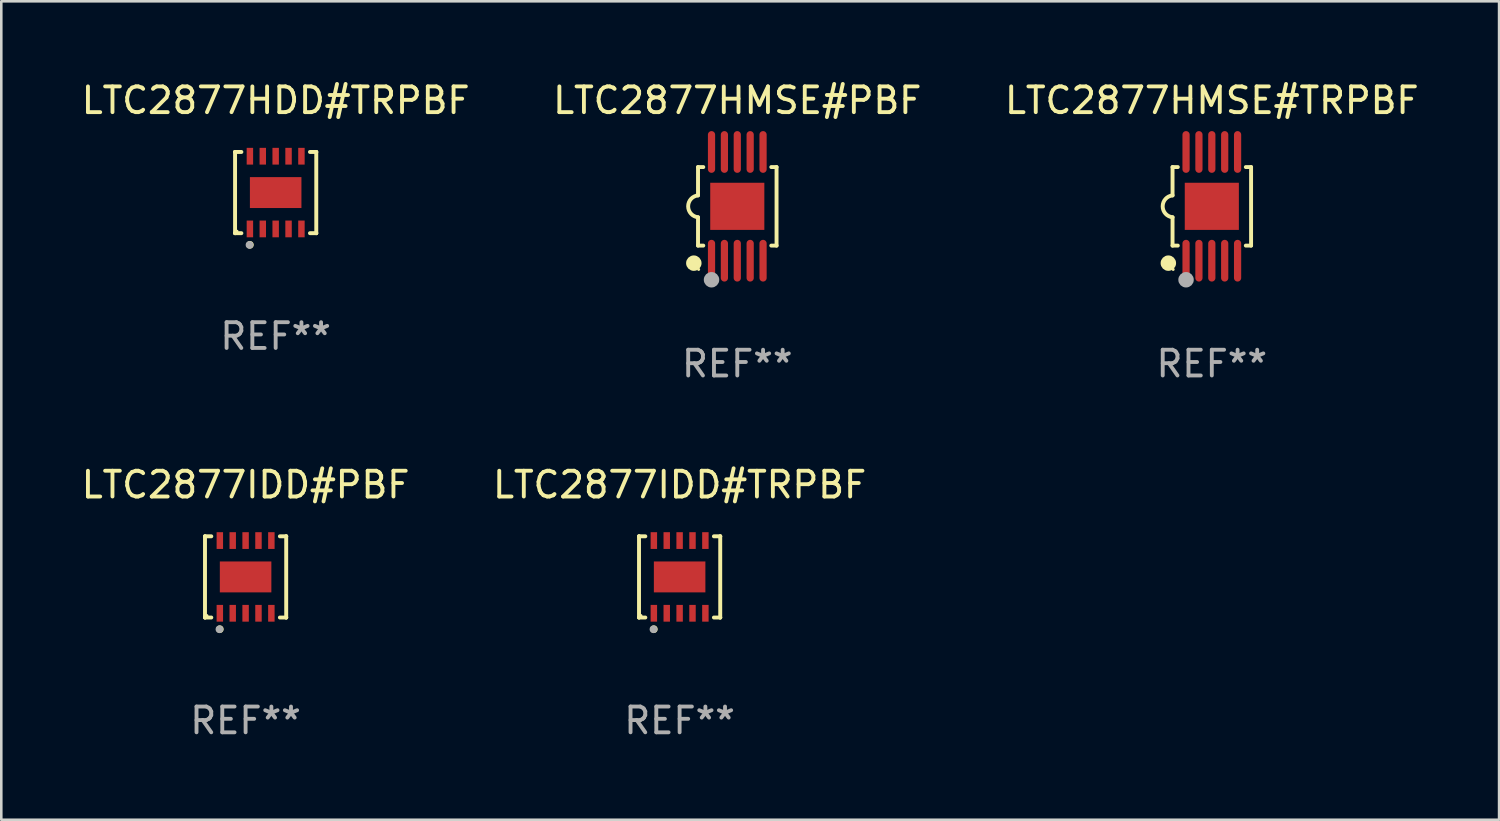
<source format=kicad_pcb>
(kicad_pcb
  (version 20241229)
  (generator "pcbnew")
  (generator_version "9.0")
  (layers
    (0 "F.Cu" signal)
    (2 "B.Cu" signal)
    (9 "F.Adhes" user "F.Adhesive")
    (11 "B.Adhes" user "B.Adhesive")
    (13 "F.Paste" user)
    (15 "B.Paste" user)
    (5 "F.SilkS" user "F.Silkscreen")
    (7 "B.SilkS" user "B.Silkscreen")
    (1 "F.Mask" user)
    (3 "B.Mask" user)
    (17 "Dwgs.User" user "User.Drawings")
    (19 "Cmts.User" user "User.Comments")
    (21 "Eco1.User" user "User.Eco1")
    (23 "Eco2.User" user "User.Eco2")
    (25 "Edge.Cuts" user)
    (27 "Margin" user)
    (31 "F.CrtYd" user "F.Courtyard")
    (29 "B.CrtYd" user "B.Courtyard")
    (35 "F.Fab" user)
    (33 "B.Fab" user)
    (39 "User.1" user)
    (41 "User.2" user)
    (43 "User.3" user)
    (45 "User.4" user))
  (footprint "LTC2877HMSE#TRPBF"
    (layer "F.Cu")
    (at 43.982 4.958)
    (property "Reference" "LTC2877HMSE#TRPBF" (at 0 -4.11 0) (layer "F.SilkS") (effects (font (size 1 1) (thickness 0.15))))
    (attr through_hole)
    (fp_line (start -1.524 -1.524) (end -1.524 -0.424) (stroke (width 0.152) (type solid)) (layer "F.SilkS"))
    (fp_line (start -1.524 1.524) (end -1.524 0.424) (stroke (width 0.152) (type solid)) (layer "F.SilkS"))
    (fp_line (start -1.524 1.524) (end -1.32 1.524) (stroke (width 0.152) (type solid)) (layer "F.SilkS"))
    (fp_line (start -1.32 -1.524) (end -1.524 -1.524) (stroke (width 0.152) (type solid)) (layer "F.SilkS"))
    (fp_line (start 1.32 1.524) (end 1.524 1.524) (stroke (width 0.152) (type solid)) (layer "F.SilkS"))
    (fp_line (start 1.524 -1.524) (end 1.32 -1.524) (stroke (width 0.152) (type solid)) (layer "F.SilkS"))
    (fp_line (start 1.524 1.524) (end 1.524 -1.524) (stroke (width 0.152) (type solid)) (layer "F.SilkS"))
    (fp_arc (start -1.524003 0.424003) (mid -1.906663 -0.000089) (end -1.524004 -0.424181) (stroke (width 0.151994) (type solid)) (layer "F.SilkS"))
    (fp_circle (center -1.687 2.205) (end -1.537 2.205) (stroke (width 0.3) (type solid)) (fill no) (layer "F.SilkS"))
    (fp_circle (center -1.5 2.45) (end -1.47 2.45) (stroke (width 0.06) (type solid)) (fill no) (layer "F.SilkS"))
    (fp_circle (center -1 2.85) (end -0.85 2.85) (stroke (width 0.3) (type solid)) (fill no) (layer "F.Fab"))
    (fp_text user "REF**" (at 0 6.11 0) (layer "F.Fab") (effects (font (size 1 1) (thickness 0.15))))
    (pad "1" smd oval (at -1 2.11) (size 0.28 1.62) (layers "F.Cu" "F.Mask" "F.Paste"))
    (pad "2" smd oval (at -0.5 2.11) (size 0.28 1.62) (layers "F.Cu" "F.Mask" "F.Paste"))
    (pad "3" smd oval (at 0 2.11) (size 0.28 1.62) (layers "F.Cu" "F.Mask" "F.Paste"))
    (pad "4" smd oval (at 0.5 2.11) (size 0.28 1.62) (layers "F.Cu" "F.Mask" "F.Paste"))
    (pad "5" smd oval (at 1 2.11) (size 0.28 1.62) (layers "F.Cu" "F.Mask" "F.Paste"))
    (pad "6" smd oval (at 1 -2.11) (size 0.28 1.62) (layers "F.Cu" "F.Mask" "F.Paste"))
    (pad "7" smd oval (at 0.5 -2.11) (size 0.28 1.62) (layers "F.Cu" "F.Mask" "F.Paste"))
    (pad "8" smd oval (at 0 -2.11) (size 0.28 1.62) (layers "F.Cu" "F.Mask" "F.Paste"))
    (pad "9" smd oval (at -0.5 -2.11) (size 0.28 1.62) (layers "F.Cu" "F.Mask" "F.Paste"))
    (pad "10" smd oval (at -1 -2.11) (size 0.28 1.62) (layers "F.Cu" "F.Mask" "F.Paste"))
    (pad "11" smd rect (at 0 0) (size 2.1 1.83) (layers "F.Cu" "F.Mask" "F.Paste")))
  (footprint "LTC2877IDD#PBF"
    (layer "F.Cu")
    (at 6.482 19.341)
    (property "Reference" "LTC2877IDD#PBF" (at 0 -3.576 0) (layer "F.SilkS") (effects (font (size 1 1) (thickness 0.15))))
    (attr through_hole)
    (fp_line (start -1.576 -1.576) (end -1.576 -1.576) (stroke (width 0.152) (type solid)) (layer "F.SilkS"))
    (fp_line (start -1.576 -1.576) (end -1.331 -1.576) (stroke (width 0.152) (type solid)) (layer "F.SilkS"))
    (fp_line (start -1.576 1.576) (end -1.576 -1.576) (stroke (width 0.152) (type solid)) (layer "F.SilkS"))
    (fp_line (start -1.576 1.576) (end -1.576 1.576) (stroke (width 0.152) (type solid)) (layer "F.SilkS"))
    (fp_line (start -1.331 1.576) (end -1.576 1.576) (stroke (width 0.152) (type solid)) (layer "F.SilkS"))
    (fp_line (start 1.331 1.576) (end 1.576 1.576) (stroke (width 0.152) (type solid)) (layer "F.SilkS"))
    (fp_line (start 1.576 -1.576) (end 1.331 -1.576) (stroke (width 0.152) (type solid)) (layer "F.SilkS"))
    (fp_line (start 1.576 -1.576) (end 1.576 -1.576) (stroke (width 0.152) (type solid)) (layer "F.SilkS"))
    (fp_line (start 1.576 1.576) (end 1.576 -1.576) (stroke (width 0.152) (type solid)) (layer "F.SilkS"))
    (fp_line (start 1.576 1.576) (end 1.576 1.576) (stroke (width 0.152) (type solid)) (layer "F.SilkS"))
    (fp_circle (center -1.5 1.5) (end -1.47 1.5) (stroke (width 0.06) (type solid)) (fill no) (layer "F.SilkS"))
    (fp_circle (center -1 2.028) (end -0.925 2.028) (stroke (width 0.15) (type solid)) (fill no) (layer "F.SilkS"))
    (fp_circle (center -1.016 2.032) (end -0.941 2.032) (stroke (width 0.15) (type solid)) (fill no) (layer "F.Fab"))
    (fp_text user "REF**" (at 0 5.576 0) (layer "F.Fab") (effects (font (size 1 1) (thickness 0.15))))
    (pad "1" smd rect (at -1 1.411) (size 0.25 0.65) (layers "F.Cu" "F.Mask" "F.Paste"))
    (pad "2" smd rect (at -0.5 1.411) (size 0.25 0.65) (layers "F.Cu" "F.Mask" "F.Paste"))
    (pad "3" smd rect (at 0 1.411) (size 0.25 0.65) (layers "F.Cu" "F.Mask" "F.Paste"))
    (pad "4" smd rect (at 0.5 1.411) (size 0.25 0.65) (layers "F.Cu" "F.Mask" "F.Paste"))
    (pad "5" smd rect (at 1 1.411) (size 0.25 0.65) (layers "F.Cu" "F.Mask" "F.Paste"))
    (pad "6" smd rect (at 1 -1.411) (size 0.25 0.65) (layers "F.Cu" "F.Mask" "F.Paste"))
    (pad "7" smd rect (at 0.5 -1.411) (size 0.25 0.65) (layers "F.Cu" "F.Mask" "F.Paste"))
    (pad "8" smd rect (at 0 -1.411) (size 0.25 0.65) (layers "F.Cu" "F.Mask" "F.Paste"))
    (pad "9" smd rect (at -0.5 -1.411) (size 0.25 0.65) (layers "F.Cu" "F.Mask" "F.Paste"))
    (pad "10" smd rect (at -1 -1.411) (size 0.25 0.65) (layers "F.Cu" "F.Mask" "F.Paste"))
    (pad "11" smd rect (at 0 0) (size 2 1.2) (layers "F.Cu" "F.Mask" "F.Paste")))
  (footprint "LTC2877HMSE#PBF"
    (layer "F.Cu")
    (at 25.565 4.958)
    (property "Reference" "LTC2877HMSE#PBF" (at 0 -4.11 0) (layer "F.SilkS") (effects (font (size 1 1) (thickness 0.15))))
    (attr through_hole)
    (fp_line (start -1.524 -1.524) (end -1.524 -0.424) (stroke (width 0.152) (type solid)) (layer "F.SilkS"))
    (fp_line (start -1.524 1.524) (end -1.524 0.424) (stroke (width 0.152) (type solid)) (layer "F.SilkS"))
    (fp_line (start -1.524 1.524) (end -1.32 1.524) (stroke (width 0.152) (type solid)) (layer "F.SilkS"))
    (fp_line (start -1.32 -1.524) (end -1.524 -1.524) (stroke (width 0.152) (type solid)) (layer "F.SilkS"))
    (fp_line (start 1.32 1.524) (end 1.524 1.524) (stroke (width 0.152) (type solid)) (layer "F.SilkS"))
    (fp_line (start 1.524 -1.524) (end 1.32 -1.524) (stroke (width 0.152) (type solid)) (layer "F.SilkS"))
    (fp_line (start 1.524 1.524) (end 1.524 -1.524) (stroke (width 0.152) (type solid)) (layer "F.SilkS"))
    (fp_arc (start -1.524003 0.424003) (mid -1.906663 -0.000089) (end -1.524004 -0.424181) (stroke (width 0.151994) (type solid)) (layer "F.SilkS"))
    (fp_circle (center -1.687 2.205) (end -1.537 2.205) (stroke (width 0.3) (type solid)) (fill no) (layer "F.SilkS"))
    (fp_circle (center -1.5 2.45) (end -1.47 2.45) (stroke (width 0.06) (type solid)) (fill no) (layer "F.SilkS"))
    (fp_circle (center -1 2.85) (end -0.85 2.85) (stroke (width 0.3) (type solid)) (fill no) (layer "F.Fab"))
    (fp_text user "REF**" (at 0 6.11 0) (layer "F.Fab") (effects (font (size 1 1) (thickness 0.15))))
    (pad "1" smd oval (at -1 2.11) (size 0.28 1.62) (layers "F.Cu" "F.Mask" "F.Paste"))
    (pad "2" smd oval (at -0.5 2.11) (size 0.28 1.62) (layers "F.Cu" "F.Mask" "F.Paste"))
    (pad "3" smd oval (at 0 2.11) (size 0.28 1.62) (layers "F.Cu" "F.Mask" "F.Paste"))
    (pad "4" smd oval (at 0.5 2.11) (size 0.28 1.62) (layers "F.Cu" "F.Mask" "F.Paste"))
    (pad "5" smd oval (at 1 2.11) (size 0.28 1.62) (layers "F.Cu" "F.Mask" "F.Paste"))
    (pad "6" smd oval (at 1 -2.11) (size 0.28 1.62) (layers "F.Cu" "F.Mask" "F.Paste"))
    (pad "7" smd oval (at 0.5 -2.11) (size 0.28 1.62) (layers "F.Cu" "F.Mask" "F.Paste"))
    (pad "8" smd oval (at 0 -2.11) (size 0.28 1.62) (layers "F.Cu" "F.Mask" "F.Paste"))
    (pad "9" smd oval (at -0.5 -2.11) (size 0.28 1.62) (layers "F.Cu" "F.Mask" "F.Paste"))
    (pad "10" smd oval (at -1 -2.11) (size 0.28 1.62) (layers "F.Cu" "F.Mask" "F.Paste"))
    (pad "11" smd rect (at 0 0) (size 2.1 1.83) (layers "F.Cu" "F.Mask" "F.Paste")))
  (footprint "LTC2877IDD#TRPBF"
    (layer "F.Cu")
    (at 23.327 19.341)
    (property "Reference" "LTC2877IDD#TRPBF" (at 0 -3.576 0) (layer "F.SilkS") (effects (font (size 1 1) (thickness 0.15))))
    (attr through_hole)
    (fp_line (start -1.576 -1.576) (end -1.576 -1.576) (stroke (width 0.152) (type solid)) (layer "F.SilkS"))
    (fp_line (start -1.576 -1.576) (end -1.331 -1.576) (stroke (width 0.152) (type solid)) (layer "F.SilkS"))
    (fp_line (start -1.576 1.576) (end -1.576 -1.576) (stroke (width 0.152) (type solid)) (layer "F.SilkS"))
    (fp_line (start -1.576 1.576) (end -1.576 1.576) (stroke (width 0.152) (type solid)) (layer "F.SilkS"))
    (fp_line (start -1.331 1.576) (end -1.576 1.576) (stroke (width 0.152) (type solid)) (layer "F.SilkS"))
    (fp_line (start 1.331 1.576) (end 1.576 1.576) (stroke (width 0.152) (type solid)) (layer "F.SilkS"))
    (fp_line (start 1.576 -1.576) (end 1.331 -1.576) (stroke (width 0.152) (type solid)) (layer "F.SilkS"))
    (fp_line (start 1.576 -1.576) (end 1.576 -1.576) (stroke (width 0.152) (type solid)) (layer "F.SilkS"))
    (fp_line (start 1.576 1.576) (end 1.576 -1.576) (stroke (width 0.152) (type solid)) (layer "F.SilkS"))
    (fp_line (start 1.576 1.576) (end 1.576 1.576) (stroke (width 0.152) (type solid)) (layer "F.SilkS"))
    (fp_circle (center -1.5 1.5) (end -1.47 1.5) (stroke (width 0.06) (type solid)) (fill no) (layer "F.SilkS"))
    (fp_circle (center -1 2.028) (end -0.925 2.028) (stroke (width 0.15) (type solid)) (fill no) (layer "F.SilkS"))
    (fp_circle (center -1.016 2.032) (end -0.941 2.032) (stroke (width 0.15) (type solid)) (fill no) (layer "F.Fab"))
    (fp_text user "REF**" (at 0 5.576 0) (layer "F.Fab") (effects (font (size 1 1) (thickness 0.15))))
    (pad "1" smd rect (at -1 1.411) (size 0.25 0.65) (layers "F.Cu" "F.Mask" "F.Paste"))
    (pad "2" smd rect (at -0.5 1.411) (size 0.25 0.65) (layers "F.Cu" "F.Mask" "F.Paste"))
    (pad "3" smd rect (at 0 1.411) (size 0.25 0.65) (layers "F.Cu" "F.Mask" "F.Paste"))
    (pad "4" smd rect (at 0.5 1.411) (size 0.25 0.65) (layers "F.Cu" "F.Mask" "F.Paste"))
    (pad "5" smd rect (at 1 1.411) (size 0.25 0.65) (layers "F.Cu" "F.Mask" "F.Paste"))
    (pad "6" smd rect (at 1 -1.411) (size 0.25 0.65) (layers "F.Cu" "F.Mask" "F.Paste"))
    (pad "7" smd rect (at 0.5 -1.411) (size 0.25 0.65) (layers "F.Cu" "F.Mask" "F.Paste"))
    (pad "8" smd rect (at 0 -1.411) (size 0.25 0.65) (layers "F.Cu" "F.Mask" "F.Paste"))
    (pad "9" smd rect (at -0.5 -1.411) (size 0.25 0.65) (layers "F.Cu" "F.Mask" "F.Paste"))
    (pad "10" smd rect (at -1 -1.411) (size 0.25 0.65) (layers "F.Cu" "F.Mask" "F.Paste"))
    (pad "11" smd rect (at 0 0) (size 2 1.2) (layers "F.Cu" "F.Mask" "F.Paste")))
  (footprint "LTC2877HDD#TRPBF"
    (layer "F.Cu")
    (at 7.649 4.424)
    (property "Reference" "LTC2877HDD#TRPBF" (at 0 -3.576 0) (layer "F.SilkS") (effects (font (size 1 1) (thickness 0.15))))
    (attr through_hole)
    (fp_line (start -1.576 -1.576) (end -1.576 -1.576) (stroke (width 0.152) (type solid)) (layer "F.SilkS"))
    (fp_line (start -1.576 -1.576) (end -1.331 -1.576) (stroke (width 0.152) (type solid)) (layer "F.SilkS"))
    (fp_line (start -1.576 1.576) (end -1.576 -1.576) (stroke (width 0.152) (type solid)) (layer "F.SilkS"))
    (fp_line (start -1.576 1.576) (end -1.576 1.576) (stroke (width 0.152) (type solid)) (layer "F.SilkS"))
    (fp_line (start -1.331 1.576) (end -1.576 1.576) (stroke (width 0.152) (type solid)) (layer "F.SilkS"))
    (fp_line (start 1.331 1.576) (end 1.576 1.576) (stroke (width 0.152) (type solid)) (layer "F.SilkS"))
    (fp_line (start 1.576 -1.576) (end 1.331 -1.576) (stroke (width 0.152) (type solid)) (layer "F.SilkS"))
    (fp_line (start 1.576 -1.576) (end 1.576 -1.576) (stroke (width 0.152) (type solid)) (layer "F.SilkS"))
    (fp_line (start 1.576 1.576) (end 1.576 -1.576) (stroke (width 0.152) (type solid)) (layer "F.SilkS"))
    (fp_line (start 1.576 1.576) (end 1.576 1.576) (stroke (width 0.152) (type solid)) (layer "F.SilkS"))
    (fp_circle (center -1.5 1.5) (end -1.47 1.5) (stroke (width 0.06) (type solid)) (fill no) (layer "F.SilkS"))
    (fp_circle (center -1 2.028) (end -0.925 2.028) (stroke (width 0.15) (type solid)) (fill no) (layer "F.SilkS"))
    (fp_circle (center -1.016 2.032) (end -0.941 2.032) (stroke (width 0.15) (type solid)) (fill no) (layer "F.Fab"))
    (fp_text user "REF**" (at 0 5.576 0) (layer "F.Fab") (effects (font (size 1 1) (thickness 0.15))))
    (pad "1" smd rect (at -1 1.411) (size 0.25 0.65) (layers "F.Cu" "F.Mask" "F.Paste"))
    (pad "2" smd rect (at -0.5 1.411) (size 0.25 0.65) (layers "F.Cu" "F.Mask" "F.Paste"))
    (pad "3" smd rect (at 0 1.411) (size 0.25 0.65) (layers "F.Cu" "F.Mask" "F.Paste"))
    (pad "4" smd rect (at 0.5 1.411) (size 0.25 0.65) (layers "F.Cu" "F.Mask" "F.Paste"))
    (pad "5" smd rect (at 1 1.411) (size 0.25 0.65) (layers "F.Cu" "F.Mask" "F.Paste"))
    (pad "6" smd rect (at 1 -1.411) (size 0.25 0.65) (layers "F.Cu" "F.Mask" "F.Paste"))
    (pad "7" smd rect (at 0.5 -1.411) (size 0.25 0.65) (layers "F.Cu" "F.Mask" "F.Paste"))
    (pad "8" smd rect (at 0 -1.411) (size 0.25 0.65) (layers "F.Cu" "F.Mask" "F.Paste"))
    (pad "9" smd rect (at -0.5 -1.411) (size 0.25 0.65) (layers "F.Cu" "F.Mask" "F.Paste"))
    (pad "10" smd rect (at -1 -1.411) (size 0.25 0.65) (layers "F.Cu" "F.Mask" "F.Paste"))
    (pad "11" smd rect (at 0 0) (size 2 1.2) (layers "F.Cu" "F.Mask" "F.Paste")))
  (gr_rect
    (start -3 -3)
    (end 55.131 28.765)
    (stroke (width 0.1) (type default))
    (fill no)
    (layer "Edge.Cuts")))
</source>
